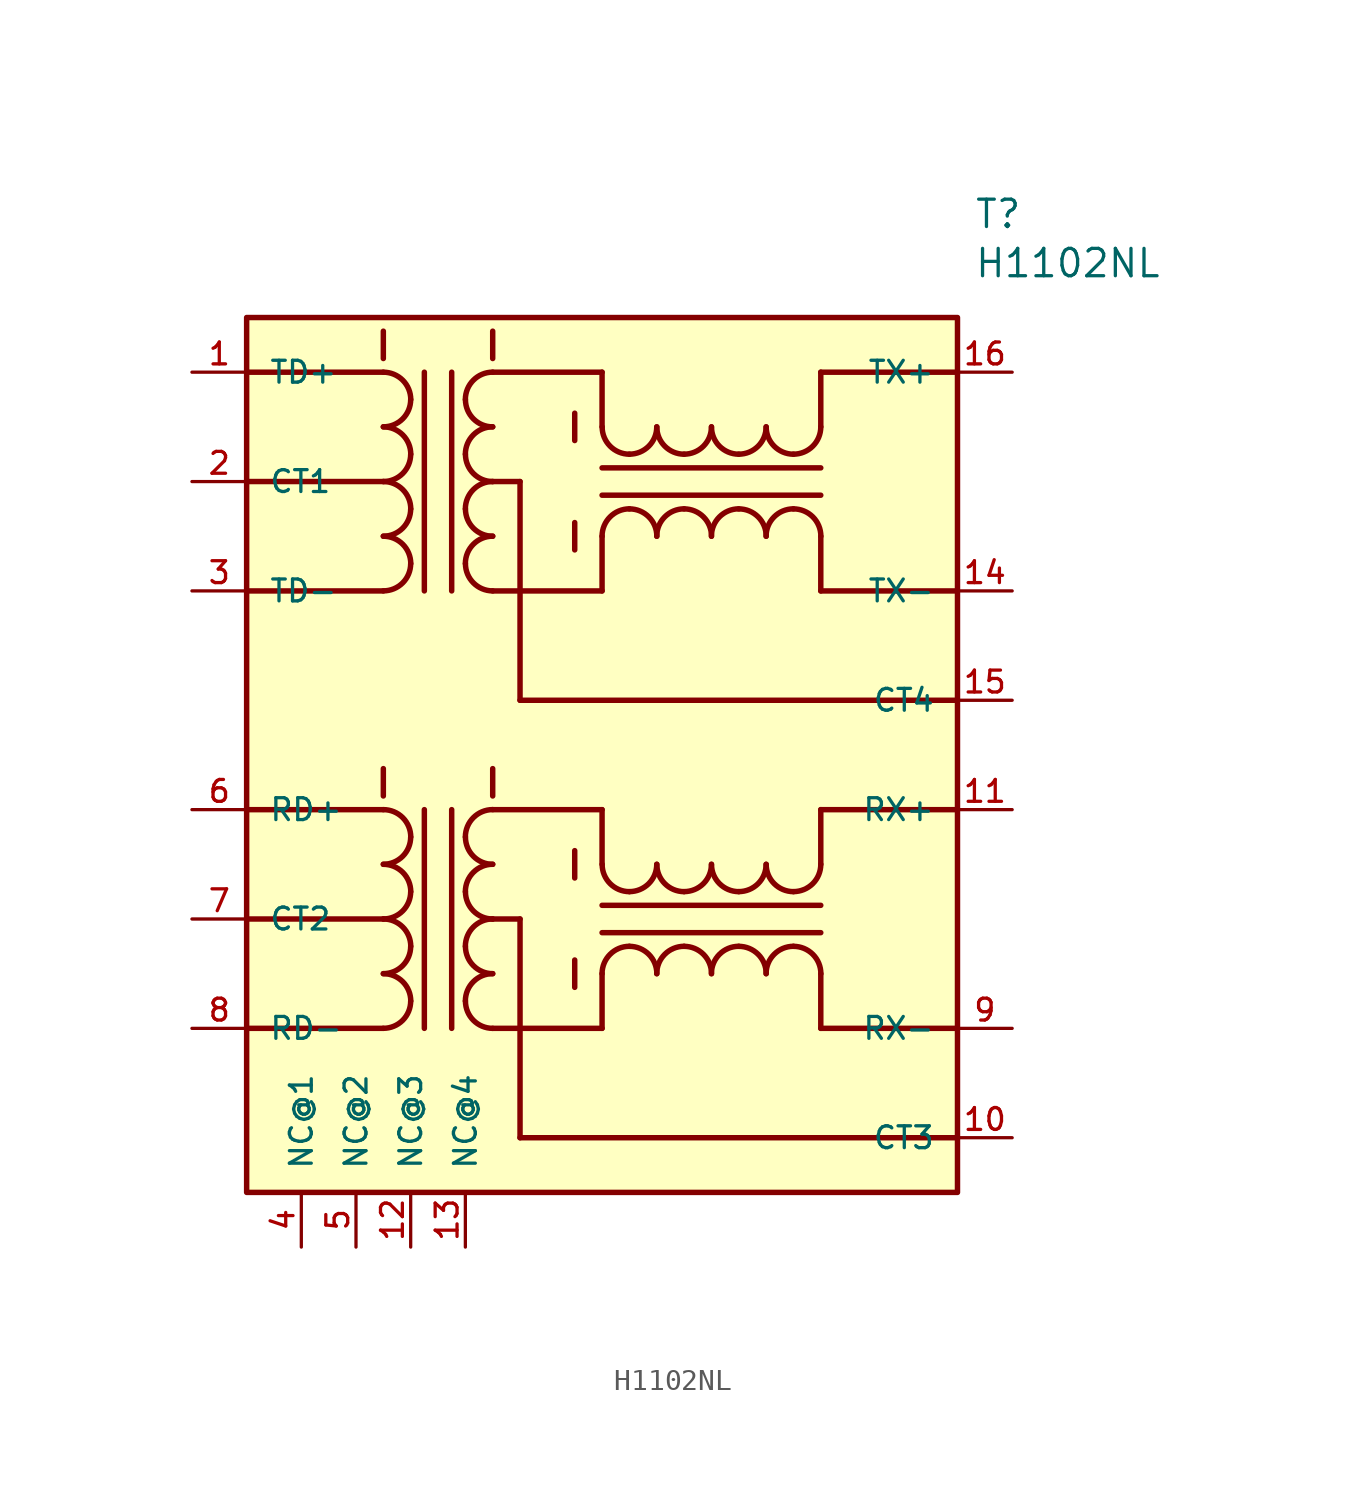
<source format=kicad_sym>
(kicad_symbol_lib
  (version 20241209)
  (generator "kicad_symbol_editor")
  (generator_version "9.0")
  (symbol "H1102NL"
    (pin_names
      (offset 1.016))
    (property "Reference" "T"
      (at 22.352 26.924 0)
      (effects (font (size 1.27 1.27)) (justify left bottom)))
    (property "Value" "H1102NL"
      (at 22.352 24.638 0)
      (effects (font (size 1.27 1.27)) (justify left bottom)))
    (symbol "H1102NL_0_0"
      (polyline (pts (xy -11.43 20.32) (xy -5.08 20.32)) (stroke (width 0.254) (type default)) (fill (type none)))
      (polyline (pts (xy -11.43 0) (xy -5.08 0)) (stroke (width 0.254) (type default)) (fill (type none)))
      (rectangle (start -11.43 -17.78) (end 21.59 22.86) (stroke (width 0.254) (type default)) (fill (type background)))
      (arc (start -3.81 19.05) (mid -4.182 18.152) (end -5.08 17.78) (stroke (width 0.254) (type default)) (fill (type none)))
      (arc (start -5.08 20.32) (mid -4.182 19.948) (end -3.81 19.05) (stroke (width 0.254) (type default)) (fill (type none)))
      (arc (start -3.81 16.51) (mid -4.182 15.612) (end -5.08 15.24) (stroke (width 0.254) (type default)) (fill (type none)))
      (arc (start -5.08 17.78) (mid -4.182 17.408) (end -3.81 16.51) (stroke (width 0.254) (type default)) (fill (type none)))
      (arc (start -3.81 13.97) (mid -4.182 13.072) (end -5.08 12.7) (stroke (width 0.254) (type default)) (fill (type none)))
      (arc (start -5.08 15.24) (mid -4.182 14.868) (end -3.81 13.97) (stroke (width 0.254) (type default)) (fill (type none)))
      (arc (start -3.81 11.43) (mid -4.182 10.532) (end -5.08 10.16) (stroke (width 0.254) (type default)) (fill (type none)))
      (arc (start -5.08 12.7) (mid -4.182 12.328) (end -3.81 11.43) (stroke (width 0.254) (type default)) (fill (type none)))
      (arc (start -3.81 -1.27) (mid -4.182 -2.168) (end -5.08 -2.54) (stroke (width 0.254) (type default)) (fill (type none)))
      (arc (start -5.08 0) (mid -4.182 -0.372) (end -3.81 -1.27) (stroke (width 0.254) (type default)) (fill (type none)))
      (arc (start -3.81 -3.81) (mid -4.182 -4.708) (end -5.08 -5.08) (stroke (width 0.254) (type default)) (fill (type none)))
      (arc (start -5.08 -2.54) (mid -4.182 -2.912) (end -3.81 -3.81) (stroke (width 0.254) (type default)) (fill (type none)))
      (arc (start -3.81 -6.35) (mid -4.182 -7.248) (end -5.08 -7.62) (stroke (width 0.254) (type default)) (fill (type none)))
      (arc (start -5.08 -5.08) (mid -4.182 -5.452) (end -3.81 -6.35) (stroke (width 0.254) (type default)) (fill (type none)))
      (arc (start -3.81 -8.89) (mid -4.182 -9.788) (end -5.08 -10.16) (stroke (width 0.254) (type default)) (fill (type none)))
      (arc (start -5.08 -7.62) (mid -4.182 -7.992) (end -3.81 -8.89) (stroke (width 0.254) (type default)) (fill (type none)))
      (polyline (pts (xy -5.08 22.225) (xy -5.08 20.955) (xy -5.08 22.225)) (stroke (width 0.254) (type default)) (fill (type outline)))
      (polyline (pts (xy -5.08 15.24) (xy -11.43 15.24)) (stroke (width 0.254) (type default)) (fill (type none)))
      (polyline (pts (xy -5.08 10.16) (xy -11.43 10.16)) (stroke (width 0.254) (type default)) (fill (type none)))
      (polyline (pts (xy -5.08 1.905) (xy -5.08 0.635) (xy -5.08 1.905)) (stroke (width 0.254) (type default)) (fill (type outline)))
      (polyline (pts (xy -5.08 -5.08) (xy -11.43 -5.08)) (stroke (width 0.254) (type default)) (fill (type none)))
      (polyline (pts (xy -5.08 -10.16) (xy -11.43 -10.16)) (stroke (width 0.254) (type default)) (fill (type none)))
      (polyline (pts (xy -3.175 20.32) (xy -3.175 10.16)) (stroke (width 0.254) (type default)) (fill (type none)))
      (polyline (pts (xy -3.175 0) (xy -3.175 -10.16)) (stroke (width 0.254) (type default)) (fill (type none)))
      (polyline (pts (xy -1.905 20.32) (xy -1.905 10.16)) (stroke (width 0.254) (type default)) (fill (type none)))
      (polyline (pts (xy -1.905 0) (xy -1.905 -10.16)) (stroke (width 0.254) (type default)) (fill (type none)))
      (polyline (pts (xy 0 22.225) (xy 0 20.955) (xy 0 22.225)) (stroke (width 0.254) (type default)) (fill (type outline)))
      (polyline (pts (xy 0 20.32) (xy 5.08 20.32)) (stroke (width 0.254) (type default)) (fill (type none)))
      (arc (start -1.27 19.05) (mid -0.898 19.948) (end 0 20.32) (stroke (width 0.254) (type default)) (fill (type none)))
      (arc (start 0 17.78) (mid -0.898 18.152) (end -1.27 19.05) (stroke (width 0.254) (type default)) (fill (type none)))
      (arc (start -1.27 16.51) (mid -0.898 17.408) (end 0 17.78) (stroke (width 0.254) (type default)) (fill (type none)))
      (arc (start 0 15.24) (mid -0.898 15.612) (end -1.27 16.51) (stroke (width 0.254) (type default)) (fill (type none)))
      (polyline (pts (xy 0 15.24) (xy 1.27 15.24)) (stroke (width 0.254) (type default)) (fill (type none)))
      (arc (start -1.27 13.97) (mid -0.898 14.868) (end 0 15.24) (stroke (width 0.254) (type default)) (fill (type none)))
      (arc (start 0 12.7) (mid -0.898 13.072) (end -1.27 13.97) (stroke (width 0.254) (type default)) (fill (type none)))
      (arc (start -1.27 11.43) (mid -0.898 12.328) (end 0 12.7) (stroke (width 0.254) (type default)) (fill (type none)))
      (arc (start 0 10.16) (mid -0.898 10.532) (end -1.27 11.43) (stroke (width 0.254) (type default)) (fill (type none)))
      (polyline (pts (xy 0 1.905) (xy 0 0.635) (xy 0 1.905)) (stroke (width 0.254) (type default)) (fill (type outline)))
      (polyline (pts (xy 0 0) (xy 5.08 0)) (stroke (width 0.254) (type default)) (fill (type none)))
      (arc (start -1.27 -1.27) (mid -0.898 -0.372) (end 0 0) (stroke (width 0.254) (type default)) (fill (type none)))
      (arc (start 0 -2.54) (mid -0.898 -2.168) (end -1.27 -1.27) (stroke (width 0.254) (type default)) (fill (type none)))
      (arc (start -1.27 -3.81) (mid -0.898 -2.912) (end 0 -2.54) (stroke (width 0.254) (type default)) (fill (type none)))
      (arc (start 0 -5.08) (mid -0.898 -4.708) (end -1.27 -3.81) (stroke (width 0.254) (type default)) (fill (type none)))
      (polyline (pts (xy 0 -5.08) (xy 1.27 -5.08)) (stroke (width 0.254) (type default)) (fill (type none)))
      (arc (start -1.27 -6.35) (mid -0.898 -5.452) (end 0 -5.08) (stroke (width 0.254) (type default)) (fill (type none)))
      (arc (start 0 -7.62) (mid -0.898 -7.248) (end -1.27 -6.35) (stroke (width 0.254) (type default)) (fill (type none)))
      (arc (start -1.27 -8.89) (mid -0.898 -7.992) (end 0 -7.62) (stroke (width 0.254) (type default)) (fill (type none)))
      (arc (start 0 -10.16) (mid -0.898 -9.788) (end -1.27 -8.89) (stroke (width 0.254) (type default)) (fill (type none)))
      (polyline (pts (xy 1.27 15.24) (xy 1.27 5.08)) (stroke (width 0.254) (type default)) (fill (type none)))
      (polyline (pts (xy 1.27 5.08) (xy 21.59 5.08)) (stroke (width 0.254) (type default)) (fill (type none)))
      (polyline (pts (xy 1.27 -5.08) (xy 1.27 -15.24)) (stroke (width 0.254) (type default)) (fill (type none)))
      (polyline (pts (xy 1.27 -15.24) (xy 21.59 -15.24)) (stroke (width 0.254) (type default)) (fill (type none)))
      (polyline (pts (xy 3.81 18.415) (xy 3.81 17.145) (xy 3.81 18.415)) (stroke (width 0.254) (type default)) (fill (type outline)))
      (polyline (pts (xy 3.81 13.335) (xy 3.81 12.065) (xy 3.81 13.335)) (stroke (width 0.254) (type default)) (fill (type outline)))
      (polyline (pts (xy 3.81 -1.905) (xy 3.81 -3.175) (xy 3.81 -1.905)) (stroke (width 0.254) (type default)) (fill (type outline)))
      (polyline (pts (xy 3.81 -6.985) (xy 3.81 -8.255) (xy 3.81 -6.985)) (stroke (width 0.254) (type default)) (fill (type outline)))
      (polyline (pts (xy 5.08 20.32) (xy 5.08 17.78)) (stroke (width 0.254) (type default)) (fill (type none)))
      (polyline (pts (xy 5.08 15.875) (xy 15.24 15.875)) (stroke (width 0.254) (type default)) (fill (type none)))
      (polyline (pts (xy 5.08 14.605) (xy 15.24 14.605)) (stroke (width 0.254) (type default)) (fill (type none)))
      (polyline (pts (xy 5.08 10.16) (xy 0 10.16)) (stroke (width 0.254) (type default)) (fill (type none)))
      (polyline (pts (xy 5.08 10.16) (xy 5.08 12.7)) (stroke (width 0.254) (type default)) (fill (type none)))
      (polyline (pts (xy 5.08 0) (xy 5.08 -2.54)) (stroke (width 0.254) (type default)) (fill (type none)))
      (polyline (pts (xy 5.08 -4.445) (xy 15.24 -4.445)) (stroke (width 0.254) (type default)) (fill (type none)))
      (polyline (pts (xy 5.08 -5.715) (xy 15.24 -5.715)) (stroke (width 0.254) (type default)) (fill (type none)))
      (polyline (pts (xy 5.08 -10.16) (xy 0 -10.16)) (stroke (width 0.254) (type default)) (fill (type none)))
      (polyline (pts (xy 5.08 -10.16) (xy 5.08 -7.62)) (stroke (width 0.254) (type default)) (fill (type none)))
      (arc (start 6.35 16.51) (mid 5.452 16.882) (end 5.08 17.78) (stroke (width 0.254) (type default)) (fill (type none)))
      (arc (start 7.62 17.78) (mid 7.248 16.882) (end 6.35 16.51) (stroke (width 0.254) (type default)) (fill (type none)))
      (arc (start 5.08 12.7) (mid 5.452 13.598) (end 6.35 13.97) (stroke (width 0.254) (type default)) (fill (type none)))
      (arc (start 6.35 13.97) (mid 7.248 13.598) (end 7.62 12.7) (stroke (width 0.254) (type default)) (fill (type none)))
      (arc (start 6.35 -3.81) (mid 5.452 -3.438) (end 5.08 -2.54) (stroke (width 0.254) (type default)) (fill (type none)))
      (arc (start 7.62 -2.54) (mid 7.248 -3.438) (end 6.35 -3.81) (stroke (width 0.254) (type default)) (fill (type none)))
      (arc (start 5.08 -7.62) (mid 5.452 -6.722) (end 6.35 -6.35) (stroke (width 0.254) (type default)) (fill (type none)))
      (arc (start 6.35 -6.35) (mid 7.248 -6.722) (end 7.62 -7.62) (stroke (width 0.254) (type default)) (fill (type none)))
      (arc (start 8.89 16.51) (mid 7.992 16.882) (end 7.62 17.78) (stroke (width 0.254) (type default)) (fill (type none)))
      (arc (start 10.16 17.78) (mid 9.788 16.882) (end 8.89 16.51) (stroke (width 0.254) (type default)) (fill (type none)))
      (arc (start 7.62 12.7) (mid 7.992 13.598) (end 8.89 13.97) (stroke (width 0.254) (type default)) (fill (type none)))
      (arc (start 8.89 13.97) (mid 9.788 13.598) (end 10.16 12.7) (stroke (width 0.254) (type default)) (fill (type none)))
      (arc (start 8.89 -3.81) (mid 7.992 -3.438) (end 7.62 -2.54) (stroke (width 0.254) (type default)) (fill (type none)))
      (arc (start 10.16 -2.54) (mid 9.788 -3.438) (end 8.89 -3.81) (stroke (width 0.254) (type default)) (fill (type none)))
      (arc (start 7.62 -7.62) (mid 7.992 -6.722) (end 8.89 -6.35) (stroke (width 0.254) (type default)) (fill (type none)))
      (arc (start 8.89 -6.35) (mid 9.788 -6.722) (end 10.16 -7.62) (stroke (width 0.254) (type default)) (fill (type none)))
      (arc (start 11.43 16.51) (mid 10.532 16.882) (end 10.16 17.78) (stroke (width 0.254) (type default)) (fill (type none)))
      (arc (start 12.7 17.78) (mid 12.328 16.882) (end 11.43 16.51) (stroke (width 0.254) (type default)) (fill (type none)))
      (arc (start 10.16 12.7) (mid 10.532 13.598) (end 11.43 13.97) (stroke (width 0.254) (type default)) (fill (type none)))
      (arc (start 11.43 13.97) (mid 12.328 13.598) (end 12.7 12.7) (stroke (width 0.254) (type default)) (fill (type none)))
      (arc (start 11.43 -3.81) (mid 10.532 -3.438) (end 10.16 -2.54) (stroke (width 0.254) (type default)) (fill (type none)))
      (arc (start 12.7 -2.54) (mid 12.328 -3.438) (end 11.43 -3.81) (stroke (width 0.254) (type default)) (fill (type none)))
      (arc (start 10.16 -7.62) (mid 10.532 -6.722) (end 11.43 -6.35) (stroke (width 0.254) (type default)) (fill (type none)))
      (arc (start 11.43 -6.35) (mid 12.328 -6.722) (end 12.7 -7.62) (stroke (width 0.254) (type default)) (fill (type none)))
      (arc (start 13.97 16.51) (mid 13.072 16.882) (end 12.7 17.78) (stroke (width 0.254) (type default)) (fill (type none)))
      (arc (start 15.24 17.78) (mid 14.868 16.882) (end 13.97 16.51) (stroke (width 0.254) (type default)) (fill (type none)))
      (arc (start 12.7 12.7) (mid 13.072 13.598) (end 13.97 13.97) (stroke (width 0.254) (type default)) (fill (type none)))
      (arc (start 13.97 13.97) (mid 14.868 13.598) (end 15.24 12.7) (stroke (width 0.254) (type default)) (fill (type none)))
      (arc (start 13.97 -3.81) (mid 13.072 -3.438) (end 12.7 -2.54) (stroke (width 0.254) (type default)) (fill (type none)))
      (arc (start 15.24 -2.54) (mid 14.868 -3.438) (end 13.97 -3.81) (stroke (width 0.254) (type default)) (fill (type none)))
      (arc (start 12.7 -7.62) (mid 13.072 -6.722) (end 13.97 -6.35) (stroke (width 0.254) (type default)) (fill (type none)))
      (arc (start 13.97 -6.35) (mid 14.868 -6.722) (end 15.24 -7.62) (stroke (width 0.254) (type default)) (fill (type none)))
      (polyline (pts (xy 15.24 20.32) (xy 21.59 20.32)) (stroke (width 0.254) (type default)) (fill (type none)))
      (polyline (pts (xy 15.24 17.78) (xy 15.24 20.32)) (stroke (width 0.254) (type default)) (fill (type none)))
      (polyline (pts (xy 15.24 12.7) (xy 15.24 10.16)) (stroke (width 0.254) (type default)) (fill (type none)))
      (polyline (pts (xy 15.24 10.16) (xy 21.59 10.16)) (stroke (width 0.254) (type default)) (fill (type none)))
      (polyline (pts (xy 15.24 0) (xy 21.59 0)) (stroke (width 0.254) (type default)) (fill (type none)))
      (polyline (pts (xy 15.24 -2.54) (xy 15.24 0)) (stroke (width 0.254) (type default)) (fill (type none)))
      (polyline (pts (xy 15.24 -7.62) (xy 15.24 -10.16)) (stroke (width 0.254) (type default)) (fill (type none)))
      (polyline (pts (xy 15.24 -10.16) (xy 21.59 -10.16)) (stroke (width 0.254) (type default)) (fill (type none)))
      (pin passive line (at -13.97 20.32 0) (length 2.54) (name "TD+" (effects (font (size 1.016 1.016)))) (number "1" (effects (font (size 1.016 1.016)))))
      (pin passive line (at -13.97 15.24 0) (length 2.54) (name "CT1" (effects (font (size 1.016 1.016)))) (number "2" (effects (font (size 1.016 1.016)))))
      (pin passive line (at -13.97 10.16 0) (length 2.54) (name "TD-" (effects (font (size 1.016 1.016)))) (number "3" (effects (font (size 1.016 1.016)))))
      (pin passive line (at -13.97 0 0) (length 2.54) (name "RD+" (effects (font (size 1.016 1.016)))) (number "6" (effects (font (size 1.016 1.016)))))
      (pin passive line (at -13.97 -5.08 0) (length 2.54) (name "CT2" (effects (font (size 1.016 1.016)))) (number "7" (effects (font (size 1.016 1.016)))))
      (pin passive line (at -13.97 -10.16 0) (length 2.54) (name "RD-" (effects (font (size 1.016 1.016)))) (number "8" (effects (font (size 1.016 1.016)))))
      (pin passive line (at -8.89 -20.32 90) (length 2.54) (name "NC@1" (effects (font (size 1.016 1.016)))) (number "4" (effects (font (size 1.016 1.016)))))
      (pin passive line (at -6.35 -20.32 90) (length 2.54) (name "NC@2" (effects (font (size 1.016 1.016)))) (number "5" (effects (font (size 1.016 1.016)))))
      (pin passive line (at -3.81 -20.32 90) (length 2.54) (name "NC@3" (effects (font (size 1.016 1.016)))) (number "12" (effects (font (size 1.016 1.016)))))
      (pin passive line (at -1.27 -20.32 90) (length 2.54) (name "NC@4" (effects (font (size 1.016 1.016)))) (number "13" (effects (font (size 1.016 1.016)))))
      (pin passive line (at 24.13 20.32 180) (length 2.54) (name "TX+" (effects (font (size 1.016 1.016)))) (number "16" (effects (font (size 1.016 1.016)))))
      (pin passive line (at 24.13 10.16 180) (length 2.54) (name "TX-" (effects (font (size 1.016 1.016)))) (number "14" (effects (font (size 1.016 1.016)))))
      (pin passive line (at 24.13 5.08 180) (length 2.54) (name "CT4" (effects (font (size 1.016 1.016)))) (number "15" (effects (font (size 1.016 1.016)))))
      (pin passive line (at 24.13 0 180) (length 2.54) (name "RX+" (effects (font (size 1.016 1.016)))) (number "11" (effects (font (size 1.016 1.016)))))
      (pin passive line (at 24.13 -10.16 180) (length 2.54) (name "RX-" (effects (font (size 1.016 1.016)))) (number "9" (effects (font (size 1.016 1.016)))))
      (pin passive line (at 24.13 -15.24 180) (length 2.54) (name "CT3" (effects (font (size 1.016 1.016)))) (number "10" (effects (font (size 1.016 1.016))))))))
</source>
